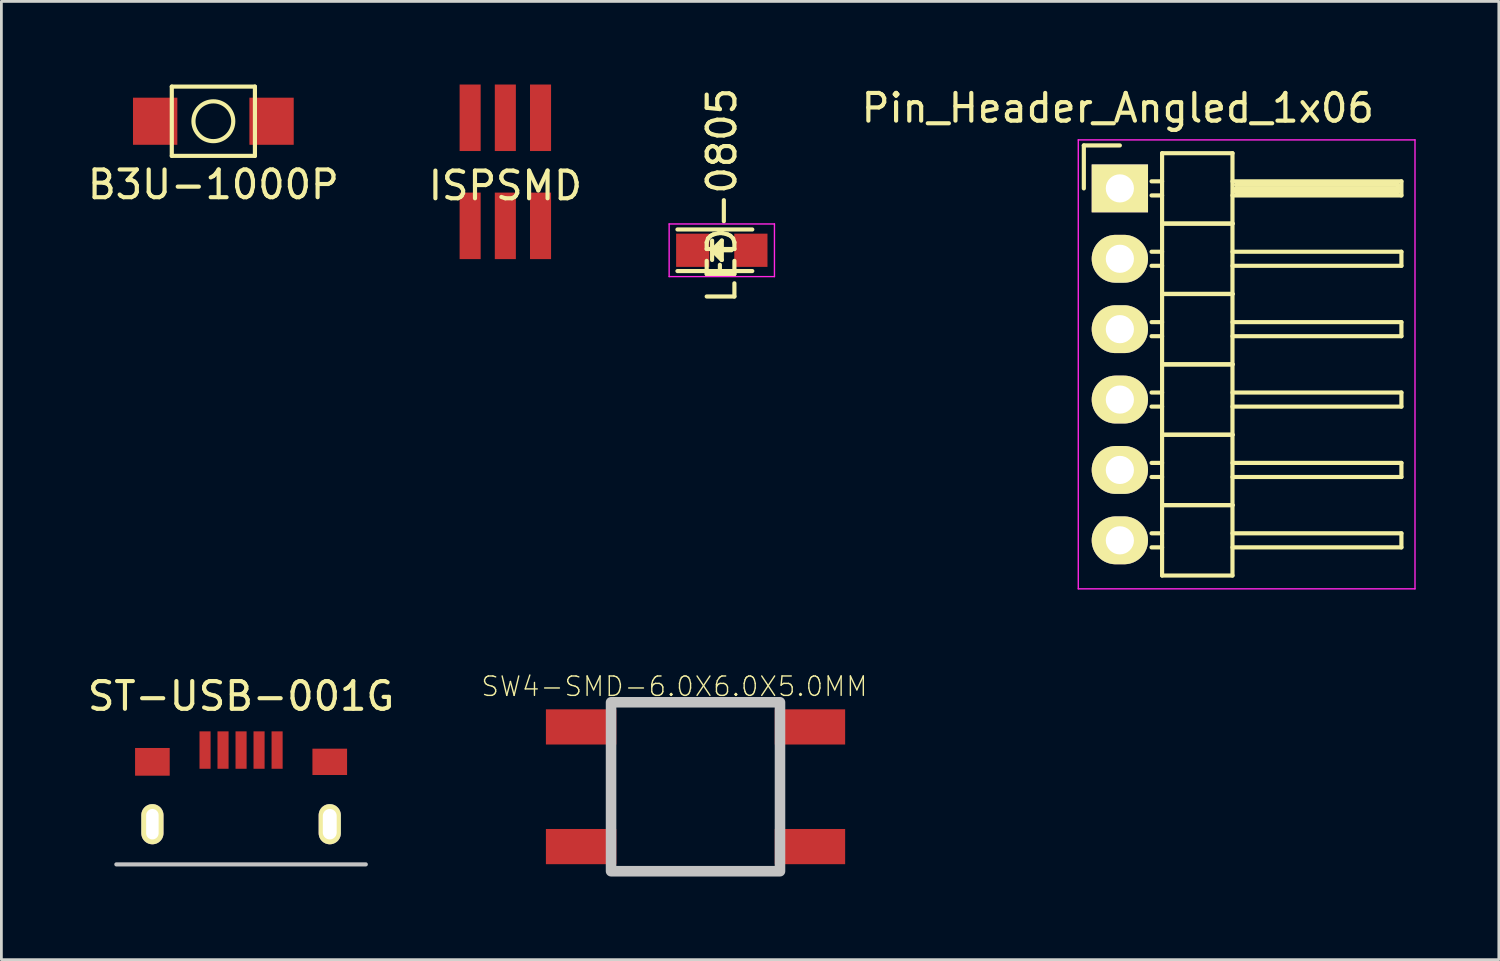
<source format=kicad_pcb>
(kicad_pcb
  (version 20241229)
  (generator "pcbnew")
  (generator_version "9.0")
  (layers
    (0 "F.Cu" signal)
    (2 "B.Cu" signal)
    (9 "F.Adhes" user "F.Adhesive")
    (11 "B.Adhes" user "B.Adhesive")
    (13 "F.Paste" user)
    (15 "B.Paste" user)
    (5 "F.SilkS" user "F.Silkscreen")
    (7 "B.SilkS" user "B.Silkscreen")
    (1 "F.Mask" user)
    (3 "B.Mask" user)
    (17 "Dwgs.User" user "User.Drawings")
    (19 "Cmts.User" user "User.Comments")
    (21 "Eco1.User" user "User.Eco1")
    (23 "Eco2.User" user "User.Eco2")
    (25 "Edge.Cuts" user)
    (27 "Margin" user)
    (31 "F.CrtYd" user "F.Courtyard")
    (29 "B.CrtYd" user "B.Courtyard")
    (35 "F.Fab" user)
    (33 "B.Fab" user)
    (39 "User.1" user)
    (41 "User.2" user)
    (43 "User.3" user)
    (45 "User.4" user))
  (footprint "B3U-1000P"
    (layer "F.Cu")
    (at 4.649 1.325)
    (property "Reference" "B3U-1000P" (at 0 2.286 0) (layer "F.SilkS") (effects (font (size 1 1) (thickness 0.15))))
    (attr through_hole)
    (fp_line (start -1.5 -1.25) (end -1.5 1.25) (stroke (width 0.15) (type solid)) (layer "F.SilkS"))
    (fp_line (start -1.5 -1.25) (end 1.5 -1.25) (stroke (width 0.15) (type solid)) (layer "F.SilkS"))
    (fp_line (start 1.5 -1.25) (end 1.5 1.25) (stroke (width 0.15) (type solid)) (layer "F.SilkS"))
    (fp_line (start 1.5 1.25) (end -1.5 1.25) (stroke (width 0.15) (type solid)) (layer "F.SilkS"))
    (fp_circle (center 0 0) (end 0.508 -0.508) (stroke (width 0.15) (type solid)) (fill no) (layer "F.SilkS"))
    (pad "1" smd rect (at -2.1 0) (size 1.6 1.7) (layers "F.Cu" "F.Mask" "F.Paste"))
    (pad "2" smd rect (at 2.1 0) (size 1.6 1.7) (layers "F.Cu" "F.Mask" "F.Paste")))
  (footprint "ISPSMD"
    (layer "F.Cu")
    (at 15.185 3.15)
    (property "Reference" "ISPSMD" (at 0 0.5 0) (layer "F.SilkS") (effects (font (size 1 1) (thickness 0.15))))
    (attr through_hole)
    (pad "1" smd rect (at -1.27 1.95) (size 0.76 2.4) (layers "F.Cu" "F.Mask" "F.Paste"))
    (pad "2" smd rect (at -1.27 -1.95) (size 0.76 2.4) (layers "F.Cu" "F.Mask" "F.Paste"))
    (pad "3" smd rect (at 0 1.95) (size 0.76 2.4) (layers "F.Cu" "F.Mask" "F.Paste"))
    (pad "4" smd rect (at 0 -1.95) (size 0.76 2.4) (layers "F.Cu" "F.Mask" "F.Paste"))
    (pad "5" smd rect (at 1.27 1.95) (size 0.76 2.4) (layers "F.Cu" "F.Mask" "F.Paste"))
    (pad "6" smd rect (at 1.27 -1.95) (size 0.76 2.4) (layers "F.Cu" "F.Mask" "F.Paste")))
  (footprint "LED-0805"
    (layer "F.Cu")
    (at 22.996 5.981)
    (property "Reference" "LED-0805" (at 0 -1.975 90) (layer "F.SilkS") (effects (font (size 1 1) (thickness 0.15))))
    (attr smd)
    (fp_line (start -1.6 -0.75) (end 1.1 -0.75) (stroke (width 0.15) (type solid)) (layer "F.SilkS"))
    (fp_line (start -1.6 0.75) (end 1.1 0.75) (stroke (width 0.15) (type solid)) (layer "F.SilkS"))
    (fp_line (start -0.35 -0.35) (end -0.35 0.35) (stroke (width 0.15) (type solid)) (layer "F.SilkS"))
    (fp_line (start -0.35 0) (end 0 -0.35) (stroke (width 0.15) (type solid)) (layer "F.SilkS"))
    (fp_line (start -0.1 -0.1) (end -0.25 0.05) (stroke (width 0.15) (type solid)) (layer "F.SilkS"))
    (fp_line (start -0.1 0.15) (end -0.1 -0.1) (stroke (width 0.15) (type solid)) (layer "F.SilkS"))
    (fp_line (start 0 -0.35) (end 0 0.35) (stroke (width 0.15) (type solid)) (layer "F.SilkS"))
    (fp_line (start 0 0) (end 0.35 0) (stroke (width 0.15) (type solid)) (layer "F.SilkS"))
    (fp_line (start 0 0.35) (end -0.35 0) (stroke (width 0.15) (type solid)) (layer "F.SilkS"))
    (fp_line (start -1.9 -0.95) (end 1.9 -0.95) (stroke (width 0.05) (type solid)) (layer "F.CrtYd"))
    (fp_line (start -1.9 0.95) (end -1.9 -0.95) (stroke (width 0.05) (type solid)) (layer "F.CrtYd"))
    (fp_line (start 1.9 -0.95) (end 1.9 0.95) (stroke (width 0.05) (type solid)) (layer "F.CrtYd"))
    (fp_line (start 1.9 0.95) (end -1.9 0.95) (stroke (width 0.05) (type solid)) (layer "F.CrtYd"))
    (pad "1" smd rect (at -1.049 0 180) (size 1.199 1.199) (layers "F.Cu" "F.Mask" "F.Paste"))
    (pad "2" smd rect (at 1.049 0 180) (size 1.199 1.199) (layers "F.Cu" "F.Mask" "F.Paste")))
  (footprint "Pin_Header_Angled_1x06"
    (layer "F.Cu")
    (at 37.36 3.748)
    (property "Reference" "Pin_Header_Angled_1x06" (at -0.075 -2.9 0) (layer "F.SilkS") (effects (font (size 1 1) (thickness 0.15))))
    (attr through_hole)
    (fp_line (start -1.3 -1.55) (end -1.3 0) (stroke (width 0.15) (type solid)) (layer "F.SilkS"))
    (fp_line (start 0 -1.55) (end -1.3 -1.55) (stroke (width 0.15) (type solid)) (layer "F.SilkS"))
    (fp_line (start 1.524 -1.27) (end 1.524 1.27) (stroke (width 0.15) (type solid)) (layer "F.SilkS"))
    (fp_line (start 1.524 -1.27) (end 4.064 -1.27) (stroke (width 0.15) (type solid)) (layer "F.SilkS"))
    (fp_line (start 1.524 -0.254) (end 1.143 -0.254) (stroke (width 0.15) (type solid)) (layer "F.SilkS"))
    (fp_line (start 1.524 0.254) (end 1.143 0.254) (stroke (width 0.15) (type solid)) (layer "F.SilkS"))
    (fp_line (start 1.524 1.27) (end 1.524 3.81) (stroke (width 0.15) (type solid)) (layer "F.SilkS"))
    (fp_line (start 1.524 1.27) (end 4.064 1.27) (stroke (width 0.15) (type solid)) (layer "F.SilkS"))
    (fp_line (start 1.524 1.27) (end 4.064 1.27) (stroke (width 0.15) (type solid)) (layer "F.SilkS"))
    (fp_line (start 1.524 2.286) (end 1.143 2.286) (stroke (width 0.15) (type solid)) (layer "F.SilkS"))
    (fp_line (start 1.524 2.794) (end 1.143 2.794) (stroke (width 0.15) (type solid)) (layer "F.SilkS"))
    (fp_line (start 1.524 3.81) (end 1.524 6.35) (stroke (width 0.15) (type solid)) (layer "F.SilkS"))
    (fp_line (start 1.524 3.81) (end 4.064 3.81) (stroke (width 0.15) (type solid)) (layer "F.SilkS"))
    (fp_line (start 1.524 3.81) (end 4.064 3.81) (stroke (width 0.15) (type solid)) (layer "F.SilkS"))
    (fp_line (start 1.524 4.826) (end 1.143 4.826) (stroke (width 0.15) (type solid)) (layer "F.SilkS"))
    (fp_line (start 1.524 5.334) (end 1.143 5.334) (stroke (width 0.15) (type solid)) (layer "F.SilkS"))
    (fp_line (start 1.524 6.35) (end 1.524 8.89) (stroke (width 0.15) (type solid)) (layer "F.SilkS"))
    (fp_line (start 1.524 6.35) (end 4.064 6.35) (stroke (width 0.15) (type solid)) (layer "F.SilkS"))
    (fp_line (start 1.524 6.35) (end 4.064 6.35) (stroke (width 0.15) (type solid)) (layer "F.SilkS"))
    (fp_line (start 1.524 7.366) (end 1.143 7.366) (stroke (width 0.15) (type solid)) (layer "F.SilkS"))
    (fp_line (start 1.524 7.874) (end 1.143 7.874) (stroke (width 0.15) (type solid)) (layer "F.SilkS"))
    (fp_line (start 1.524 8.89) (end 1.524 11.43) (stroke (width 0.15) (type solid)) (layer "F.SilkS"))
    (fp_line (start 1.524 8.89) (end 4.064 8.89) (stroke (width 0.15) (type solid)) (layer "F.SilkS"))
    (fp_line (start 1.524 8.89) (end 4.064 8.89) (stroke (width 0.15) (type solid)) (layer "F.SilkS"))
    (fp_line (start 1.524 9.906) (end 1.143 9.906) (stroke (width 0.15) (type solid)) (layer "F.SilkS"))
    (fp_line (start 1.524 10.414) (end 1.143 10.414) (stroke (width 0.15) (type solid)) (layer "F.SilkS"))
    (fp_line (start 1.524 11.43) (end 1.524 13.97) (stroke (width 0.15) (type solid)) (layer "F.SilkS"))
    (fp_line (start 1.524 11.43) (end 4.064 11.43) (stroke (width 0.15) (type solid)) (layer "F.SilkS"))
    (fp_line (start 1.524 11.43) (end 4.064 11.43) (stroke (width 0.15) (type solid)) (layer "F.SilkS"))
    (fp_line (start 1.524 12.446) (end 1.143 12.446) (stroke (width 0.15) (type solid)) (layer "F.SilkS"))
    (fp_line (start 1.524 12.954) (end 1.143 12.954) (stroke (width 0.15) (type solid)) (layer "F.SilkS"))
    (fp_line (start 1.524 13.97) (end 4.064 13.97) (stroke (width 0.15) (type solid)) (layer "F.SilkS"))
    (fp_line (start 4.064 -0.254) (end 10.16 -0.254) (stroke (width 0.15) (type solid)) (layer "F.SilkS"))
    (fp_line (start 4.064 1.27) (end 4.064 -1.27) (stroke (width 0.15) (type solid)) (layer "F.SilkS"))
    (fp_line (start 4.064 2.286) (end 10.16 2.286) (stroke (width 0.15) (type solid)) (layer "F.SilkS"))
    (fp_line (start 4.064 3.81) (end 4.064 1.27) (stroke (width 0.15) (type solid)) (layer "F.SilkS"))
    (fp_line (start 4.064 4.826) (end 10.16 4.826) (stroke (width 0.15) (type solid)) (layer "F.SilkS"))
    (fp_line (start 4.064 6.35) (end 4.064 3.81) (stroke (width 0.15) (type solid)) (layer "F.SilkS"))
    (fp_line (start 4.064 7.366) (end 10.16 7.366) (stroke (width 0.15) (type solid)) (layer "F.SilkS"))
    (fp_line (start 4.064 8.89) (end 4.064 6.35) (stroke (width 0.15) (type solid)) (layer "F.SilkS"))
    (fp_line (start 4.064 9.906) (end 10.16 9.906) (stroke (width 0.15) (type solid)) (layer "F.SilkS"))
    (fp_line (start 4.064 11.43) (end 4.064 8.89) (stroke (width 0.15) (type solid)) (layer "F.SilkS"))
    (fp_line (start 4.064 12.446) (end 10.16 12.446) (stroke (width 0.15) (type solid)) (layer "F.SilkS"))
    (fp_line (start 4.064 13.97) (end 4.064 11.43) (stroke (width 0.15) (type solid)) (layer "F.SilkS"))
    (fp_line (start 4.191 -0.127) (end 10.033 -0.127) (stroke (width 0.15) (type solid)) (layer "F.SilkS"))
    (fp_line (start 4.191 0) (end 10.033 0) (stroke (width 0.15) (type solid)) (layer "F.SilkS"))
    (fp_line (start 4.191 0.127) (end 4.191 0) (stroke (width 0.15) (type solid)) (layer "F.SilkS"))
    (fp_line (start 10.033 -0.127) (end 10.033 0.127) (stroke (width 0.15) (type solid)) (layer "F.SilkS"))
    (fp_line (start 10.033 0.127) (end 4.191 0.127) (stroke (width 0.15) (type solid)) (layer "F.SilkS"))
    (fp_line (start 10.16 -0.254) (end 10.16 0.254) (stroke (width 0.15) (type solid)) (layer "F.SilkS"))
    (fp_line (start 10.16 0.254) (end 4.064 0.254) (stroke (width 0.15) (type solid)) (layer "F.SilkS"))
    (fp_line (start 10.16 2.286) (end 10.16 2.794) (stroke (width 0.15) (type solid)) (layer "F.SilkS"))
    (fp_line (start 10.16 2.794) (end 4.064 2.794) (stroke (width 0.15) (type solid)) (layer "F.SilkS"))
    (fp_line (start 10.16 4.826) (end 10.16 5.334) (stroke (width 0.15) (type solid)) (layer "F.SilkS"))
    (fp_line (start 10.16 5.334) (end 4.064 5.334) (stroke (width 0.15) (type solid)) (layer "F.SilkS"))
    (fp_line (start 10.16 7.366) (end 10.16 7.874) (stroke (width 0.15) (type solid)) (layer "F.SilkS"))
    (fp_line (start 10.16 7.874) (end 4.064 7.874) (stroke (width 0.15) (type solid)) (layer "F.SilkS"))
    (fp_line (start 10.16 9.906) (end 10.16 10.414) (stroke (width 0.15) (type solid)) (layer "F.SilkS"))
    (fp_line (start 10.16 10.414) (end 4.064 10.414) (stroke (width 0.15) (type solid)) (layer "F.SilkS"))
    (fp_line (start 10.16 12.446) (end 10.16 12.954) (stroke (width 0.15) (type solid)) (layer "F.SilkS"))
    (fp_line (start 10.16 12.954) (end 4.064 12.954) (stroke (width 0.15) (type solid)) (layer "F.SilkS"))
    (fp_line (start -1.5 -1.75) (end -1.5 14.45) (stroke (width 0.05) (type solid)) (layer "F.CrtYd"))
    (fp_line (start -1.5 -1.75) (end 10.65 -1.75) (stroke (width 0.05) (type solid)) (layer "F.CrtYd"))
    (fp_line (start -1.5 14.45) (end 10.65 14.45) (stroke (width 0.05) (type solid)) (layer "F.CrtYd"))
    (fp_line (start 10.65 -1.75) (end 10.65 14.45) (stroke (width 0.05) (type solid)) (layer "F.CrtYd"))
    (pad "1" thru_hole rect (at 0 0) (size 2.032 1.727) (drill 1.016) (layers "*.Cu" "*.Mask" "F.SilkS"))
    (pad "2" thru_hole oval (at 0 2.54) (size 2.032 1.727) (drill 1.016) (layers "*.Cu" "*.Mask" "F.SilkS"))
    (pad "3" thru_hole oval (at 0 5.08) (size 2.032 1.727) (drill 1.016) (layers "*.Cu" "*.Mask" "F.SilkS"))
    (pad "4" thru_hole oval (at 0 7.62) (size 2.032 1.727) (drill 1.016) (layers "*.Cu" "*.Mask" "F.SilkS"))
    (pad "5" thru_hole oval (at 0 10.16) (size 2.032 1.727) (drill 1.016) (layers "*.Cu" "*.Mask" "F.SilkS"))
    (pad "6" thru_hole oval (at 0 12.7) (size 2.032 1.727) (drill 1.016) (layers "*.Cu" "*.Mask" "F.SilkS")))
  (footprint "SW4-SMD-6.0X6.0X5.0MM"
    (layer "F.Cu")
    (at 22.048 25.34)
    (property "Reference" "SW4-SMD-6.0X6.0X5.0MM" (at -0.762 -3.619 0) (layer "F.SilkS") (effects (font (size 0.7 0.7) (thickness 0.05))))
    (attr smd)
    (fp_line (start -3.048 -3.048) (end 3.048 -3.048) (stroke (width 0.127) (type solid)) (layer "F.SilkS"))
    (fp_line (start -3 -1.3) (end -3 1.4) (stroke (width 0.127) (type solid)) (layer "F.SilkS"))
    (fp_line (start 3 -1.3) (end 3 1.4) (stroke (width 0.127) (type solid)) (layer "F.SilkS"))
    (fp_line (start 3.048 3.048) (end -3.048 3.048) (stroke (width 0.127) (type solid)) (layer "F.SilkS"))
    (fp_line (start -3.048 3.048) (end -3.048 -3.048) (stroke (width 0.127) (type solid)) (layer "Dwgs.User"))
    (fp_line (start 3.048 -3.048) (end 3.048 3.048) (stroke (width 0.127) (type solid)) (layer "Dwgs.User"))
    (fp_poly (pts (xy -3.048 -3.048) (xy 3.048 -3.048) (xy 3.048 3.048) (xy -3.048 3.048)) (stroke (width 0.381) (type solid)) (fill no) (layer "Dwgs.User"))
    (pad "1" smd rect (at -4.129 -2.159) (size 2.54 1.27) (layers "F.Cu" "F.Mask" "F.Paste"))
    (pad "2" smd rect (at -4.129 2.159) (size 2.54 1.27) (layers "F.Cu" "F.Mask" "F.Paste"))
    (pad "3" smd rect (at 4.129 2.159) (size 2.54 1.27) (layers "F.Cu" "F.Mask" "F.Paste"))
    (pad "4" smd rect (at 4.129 -2.159) (size 2.54 1.27) (layers "F.Cu" "F.Mask" "F.Paste")))
  (footprint "ST-USB-001G"
    (layer "F.Cu")
    (at 5.649 23.341)
    (property "Reference" "ST-USB-001G" (at 0 -1.27 0) (layer "F.SilkS") (effects (font (size 1 1) (thickness 0.15))))
    (attr smd)
    (fp_line (start -4.5 4.8) (end 4.5 4.8) (stroke (width 0.15) (type solid)) (layer "Dwgs.User"))
    (pad "1" smd rect (at -1.3 0.675 90) (size 1.35 0.4) (layers "F.Cu" "F.Mask" "F.Paste"))
    (pad "2" smd rect (at -0.651 0.675 90) (size 1.35 0.4) (layers "F.Cu" "F.Mask" "F.Paste"))
    (pad "3" smd rect (at 0 0.675 90) (size 1.35 0.4) (layers "F.Cu" "F.Mask" "F.Paste"))
    (pad "4" smd rect (at 0.649 0.675 90) (size 1.35 0.4) (layers "F.Cu" "F.Mask" "F.Paste"))
    (pad "5" smd rect (at 1.3 0.675 90) (size 1.35 0.4) (layers "F.Cu" "F.Mask" "F.Paste"))
    (pad "6" smd rect (at -3.2 1.1 90) (size 1 1.25) (layers "F.Cu" "F.Mask" "F.Paste"))
    (pad "6" thru_hole oval (at -3.2 3.35 90) (size 1.45 0.8) (drill oval 1.1 0.45) (layers "*.Cu" "*.Mask" "F.SilkS"))
    (pad "6" smd rect (at 3.2 1.1 90) (size 0.95 1.25) (layers "F.Cu" "F.Mask" "F.Paste"))
    (pad "6" thru_hole oval (at 3.2 3.35 90) (size 1.45 0.8) (drill oval 1.1 0.5) (layers "*.Cu" "*.Mask" "F.SilkS")))
  (gr_rect
    (start -3 -3)
    (end 51.035 31.578)
    (stroke (width 0.1) (type default))
    (fill no)
    (layer "Edge.Cuts")))
</source>
